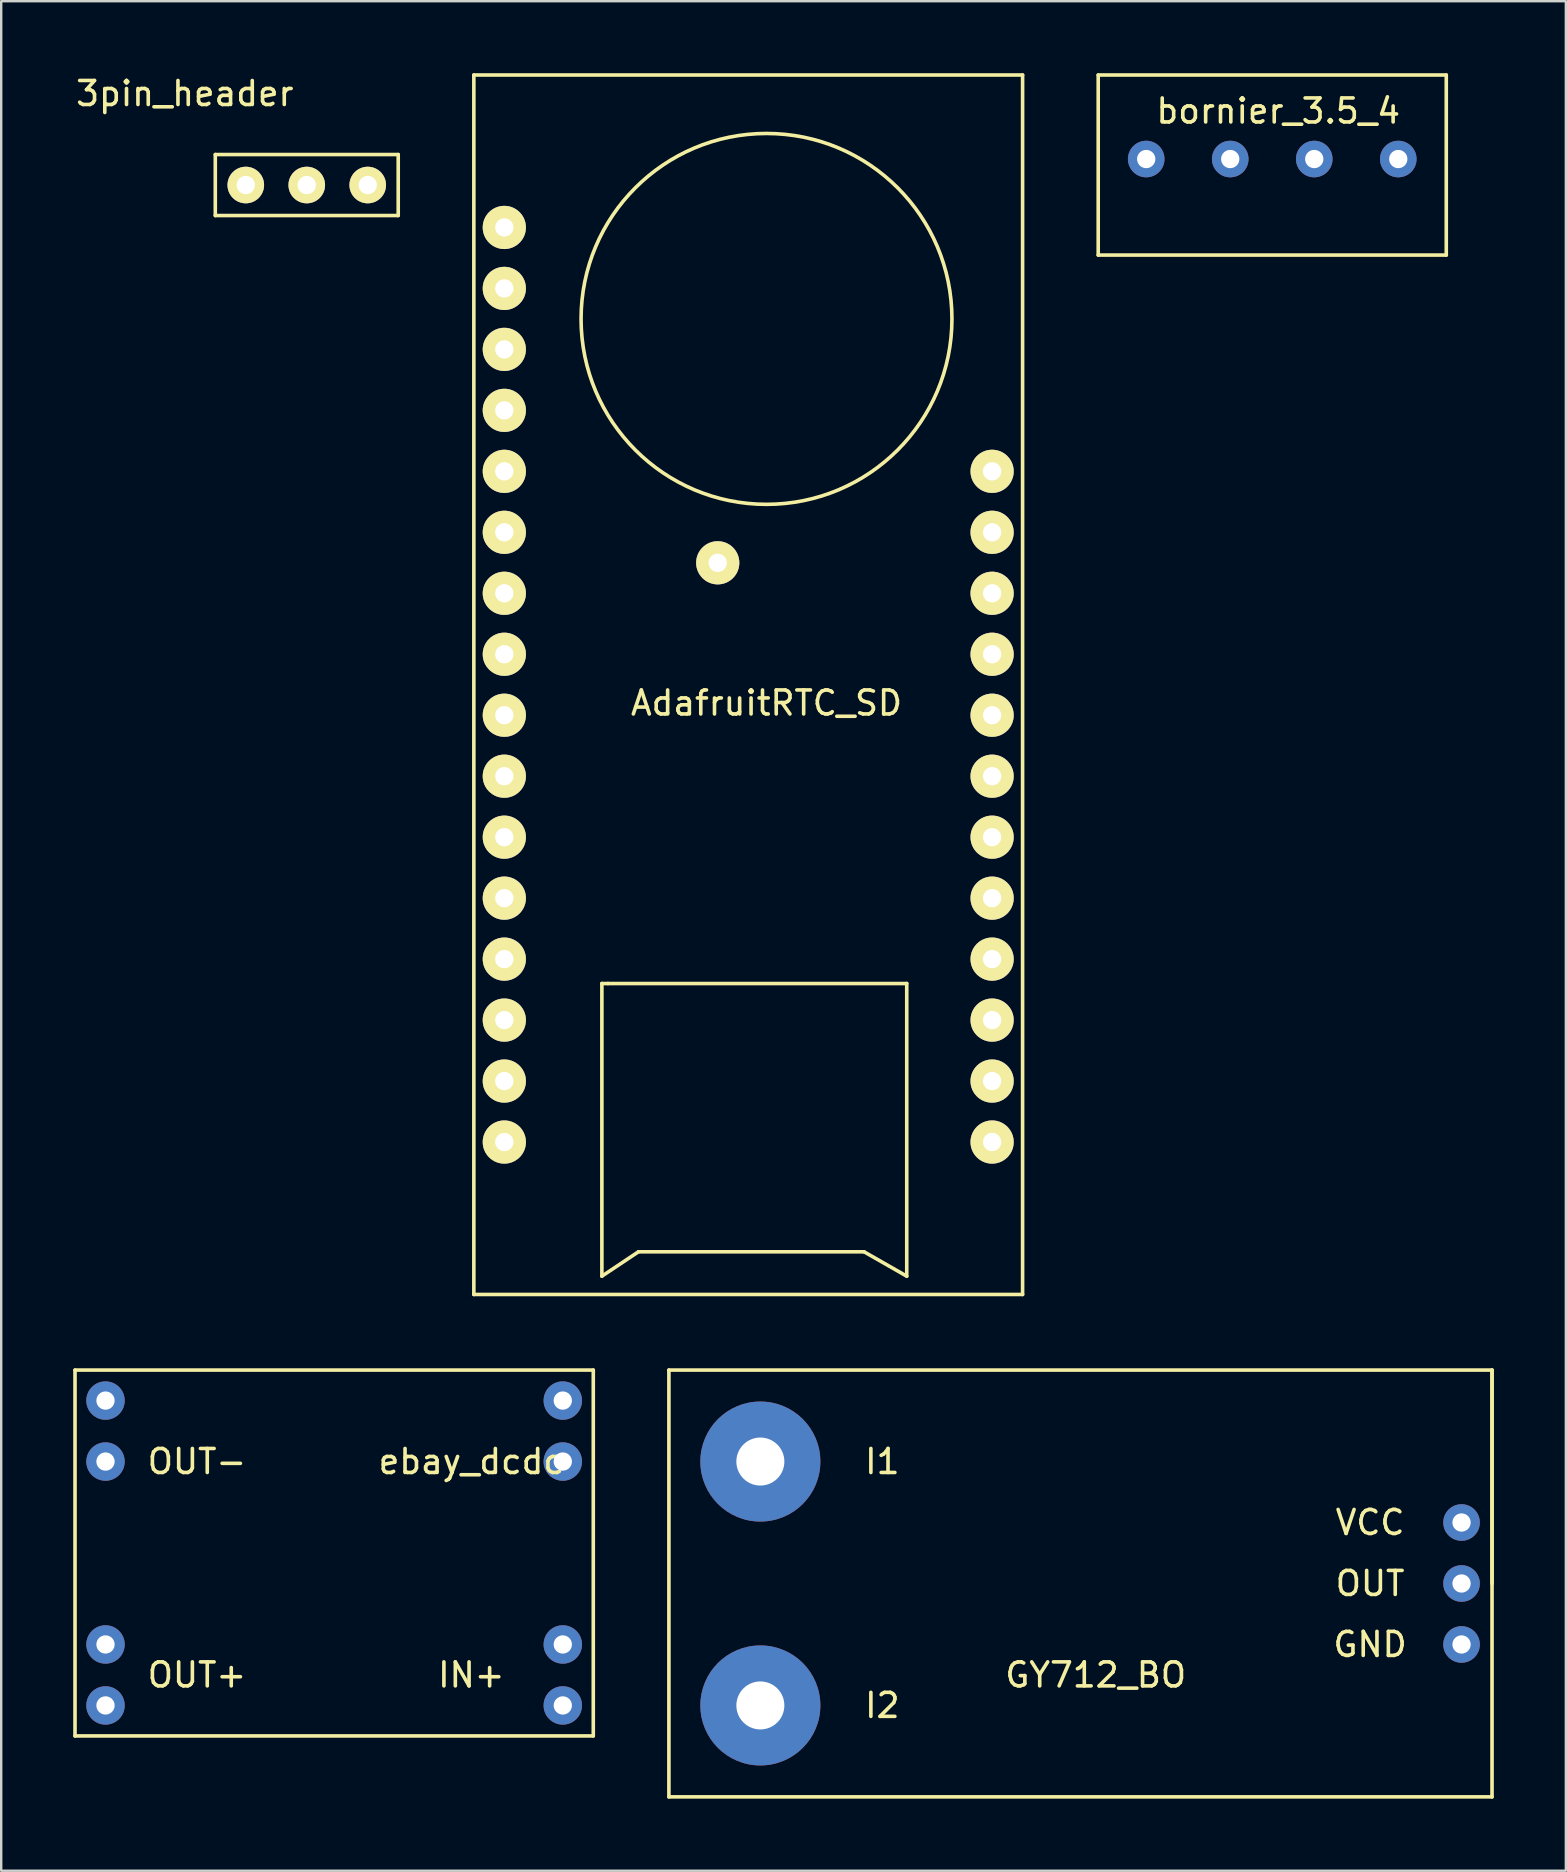
<source format=kicad_pcb>
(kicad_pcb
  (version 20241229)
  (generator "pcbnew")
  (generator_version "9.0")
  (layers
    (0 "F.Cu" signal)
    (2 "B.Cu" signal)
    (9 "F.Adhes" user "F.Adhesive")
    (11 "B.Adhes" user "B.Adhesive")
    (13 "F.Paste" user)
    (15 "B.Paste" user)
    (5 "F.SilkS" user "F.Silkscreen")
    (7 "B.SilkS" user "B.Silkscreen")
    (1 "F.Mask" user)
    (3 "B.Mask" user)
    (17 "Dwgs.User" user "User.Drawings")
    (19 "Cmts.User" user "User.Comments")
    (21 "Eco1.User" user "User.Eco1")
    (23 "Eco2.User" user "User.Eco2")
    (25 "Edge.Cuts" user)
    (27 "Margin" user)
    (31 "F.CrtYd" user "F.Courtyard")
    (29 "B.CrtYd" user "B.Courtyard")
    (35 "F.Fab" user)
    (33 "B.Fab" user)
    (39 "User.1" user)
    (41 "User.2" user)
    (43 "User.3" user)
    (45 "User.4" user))
  (footprint "bornier_3.5_4"
    (layer "F.Cu")
    (at 47.699 2.575)
    (property "Reference" "bornier_3.5_4" (at 2.5 -1 0) (layer "F.SilkS") (effects (font (size 1 1) (thickness 0.15))))
    (attr through_hole)
    (fp_line (start -5 -2.5) (end -5 5) (stroke (width 0.15) (type solid)) (layer "F.SilkS"))
    (fp_line (start -5 5) (end 9.5 5) (stroke (width 0.15) (type solid)) (layer "F.SilkS"))
    (fp_line (start 9.5 -2.5) (end -5 -2.5) (stroke (width 0.15) (type solid)) (layer "F.SilkS"))
    (fp_line (start 9.5 5) (end 9.5 -2.5) (stroke (width 0.15) (type solid)) (layer "F.SilkS"))
    (pad "1" thru_hole circle (at -3 1) (size 1.524 1.524) (drill 0.762) (layers "*.Cu" "*.Mask"))
    (pad "2" thru_hole circle (at 0.5 1) (size 1.524 1.524) (drill 0.762) (layers "*.Cu" "*.Mask"))
    (pad "3" thru_hole circle (at 4 1) (size 1.524 1.524) (drill 0.762) (layers "*.Cu" "*.Mask"))
    (pad "4" thru_hole circle (at 7.5 1) (size 1.524 1.524) (drill 0.762) (layers "*.Cu" "*.Mask")))
  (footprint "ebay_dcdc"
    (layer "F.Cu")
    (at 1.345 55.295)
    (property "Reference" "ebay_dcdc" (at 15.24 2.54 0) (layer "F.SilkS") (effects (font (size 1 1) (thickness 0.15))))
    (attr through_hole)
    (fp_line (start -1.27 -1.27) (end -1.27 13.97) (stroke (width 0.15) (type solid)) (layer "F.SilkS"))
    (fp_line (start -1.27 13.97) (end 20.32 13.97) (stroke (width 0.15) (type solid)) (layer "F.SilkS"))
    (fp_line (start 20.32 -1.27) (end -1.27 -1.27) (stroke (width 0.15) (type solid)) (layer "F.SilkS"))
    (fp_line (start 20.32 -1.27) (end 20.32 13.97) (stroke (width 0.15) (type solid)) (layer "F.SilkS"))
    (fp_text user "IN+" (at 15.24 11.43 0) (layer "F.SilkS") (effects (font (size 1 1) (thickness 0.15))))
    (fp_text user "OUT-" (at 3.81 2.54 0) (layer "F.SilkS") (effects (font (size 1 1) (thickness 0.15))))
    (fp_text user "OUT+" (at 3.81 11.43 0) (layer "F.SilkS") (effects (font (size 1 1) (thickness 0.15))))
    (pad "1" thru_hole circle (at 0 10.16) (size 1.6 1.6) (drill 0.762) (layers "*.Cu" "*.Mask"))
    (pad "2" thru_hole circle (at 0 12.7) (size 1.6 1.6) (drill 0.762) (layers "*.Cu" "*.Mask"))
    (pad "3" thru_hole circle (at 0 0) (size 1.6 1.6) (drill 0.762) (layers "*.Cu" "*.Mask"))
    (pad "4" thru_hole circle (at 0 2.54) (size 1.6 1.6) (drill 0.762) (layers "*.Cu" "*.Mask"))
    (pad "5" thru_hole circle (at 19.05 10.16) (size 1.6 1.6) (drill 0.762) (layers "*.Cu" "*.Mask"))
    (pad "6" thru_hole circle (at 19.05 12.7) (size 1.6 1.6) (drill 0.762) (layers "*.Cu" "*.Mask"))
    (pad "7" thru_hole circle (at 19.05 0) (size 1.6 1.6) (drill 0.762) (layers "*.Cu" "*.Mask"))
    (pad "8" thru_hole circle (at 19.05 2.54) (size 1.6 1.6) (drill 0.762) (layers "*.Cu" "*.Mask")))
  (footprint "AdafruitRTC_SD"
    (layer "F.Cu")
    (at 20.499 10.235)
    (property "Reference" "AdafruitRTC_SD" (at 8.382 16.002 0) (layer "F.SilkS") (effects (font (size 1 1) (thickness 0.15))))
    (attr through_hole)
    (fp_line (start -3.81 -10.16) (end 19.05 -10.16) (stroke (width 0.15) (type solid)) (layer "F.SilkS"))
    (fp_line (start -3.81 40.64) (end -3.81 -10.16) (stroke (width 0.15) (type solid)) (layer "F.SilkS"))
    (fp_line (start 1.524 27.686) (end 1.778 27.686) (stroke (width 0.15) (type solid)) (layer "F.SilkS"))
    (fp_line (start 1.524 39.878) (end 1.524 27.686) (stroke (width 0.15) (type solid)) (layer "F.SilkS"))
    (fp_line (start 1.778 27.686) (end 14.224 27.686) (stroke (width 0.15) (type solid)) (layer "F.SilkS"))
    (fp_line (start 3.048 38.862) (end 1.524 39.878) (stroke (width 0.15) (type solid)) (layer "F.SilkS"))
    (fp_line (start 12.446 38.862) (end 3.048 38.862) (stroke (width 0.15) (type solid)) (layer "F.SilkS"))
    (fp_line (start 14.224 27.686) (end 14.224 39.878) (stroke (width 0.15) (type solid)) (layer "F.SilkS"))
    (fp_line (start 14.224 39.878) (end 12.446 38.862) (stroke (width 0.15) (type solid)) (layer "F.SilkS"))
    (fp_line (start 19.05 -10.16) (end 19.05 40.64) (stroke (width 0.15) (type solid)) (layer "F.SilkS"))
    (fp_line (start 19.05 40.64) (end -3.81 40.64) (stroke (width 0.15) (type solid)) (layer "F.SilkS"))
    (fp_circle (center 8.382 0) (end 13.97 -5.334) (stroke (width 0.15) (type solid)) (fill no) (layer "F.SilkS"))
    (pad "1" thru_hole circle (at -2.54 -3.81) (size 1.8 1.8) (drill 0.762) (layers "*.Cu" "*.Mask" "F.SilkS"))
    (pad "2" thru_hole circle (at -2.54 -1.27) (size 1.8 1.8) (drill 0.762) (layers "*.Cu" "*.Mask" "F.SilkS"))
    (pad "3" thru_hole circle (at -2.54 1.27) (size 1.8 1.8) (drill 0.762) (layers "*.Cu" "*.Mask" "F.SilkS"))
    (pad "4" thru_hole circle (at -2.54 3.81) (size 1.8 1.8) (drill 0.762) (layers "*.Cu" "*.Mask" "F.SilkS"))
    (pad "5" thru_hole circle (at -2.54 6.35) (size 1.8 1.8) (drill 0.762) (layers "*.Cu" "*.Mask" "F.SilkS"))
    (pad "6" thru_hole circle (at -2.54 8.89) (size 1.8 1.8) (drill 0.762) (layers "*.Cu" "*.Mask" "F.SilkS"))
    (pad "7" thru_hole circle (at -2.54 11.43) (size 1.8 1.8) (drill 0.762) (layers "*.Cu" "*.Mask" "F.SilkS"))
    (pad "8" thru_hole circle (at -2.54 13.97) (size 1.8 1.8) (drill 0.762) (layers "*.Cu" "*.Mask" "F.SilkS"))
    (pad "9" thru_hole circle (at -2.54 16.51) (size 1.8 1.8) (drill 0.762) (layers "*.Cu" "*.Mask" "F.SilkS"))
    (pad "10" thru_hole circle (at -2.54 19.05) (size 1.8 1.8) (drill 0.762) (layers "*.Cu" "*.Mask" "F.SilkS"))
    (pad "11" thru_hole circle (at -2.54 21.59) (size 1.8 1.8) (drill 0.762) (layers "*.Cu" "*.Mask" "F.SilkS"))
    (pad "12" thru_hole circle (at -2.54 24.13) (size 1.8 1.8) (drill 0.762) (layers "*.Cu" "*.Mask" "F.SilkS"))
    (pad "13" thru_hole circle (at -2.54 26.67) (size 1.8 1.8) (drill 0.762) (layers "*.Cu" "*.Mask" "F.SilkS"))
    (pad "14" thru_hole circle (at -2.54 29.21) (size 1.8 1.8) (drill 0.762) (layers "*.Cu" "*.Mask" "F.SilkS"))
    (pad "15" thru_hole circle (at -2.54 31.75) (size 1.8 1.8) (drill 0.762) (layers "*.Cu" "*.Mask" "F.SilkS"))
    (pad "16" thru_hole circle (at -2.54 34.29) (size 1.8 1.8) (drill 0.762) (layers "*.Cu" "*.Mask" "F.SilkS"))
    (pad "17" thru_hole circle (at 17.78 34.29) (size 1.8 1.8) (drill 0.762) (layers "*.Cu" "*.Mask" "F.SilkS"))
    (pad "18" thru_hole circle (at 17.78 31.75) (size 1.8 1.8) (drill 0.762) (layers "*.Cu" "*.Mask" "F.SilkS"))
    (pad "19" thru_hole circle (at 17.78 29.21) (size 1.8 1.8) (drill 0.762) (layers "*.Cu" "*.Mask" "F.SilkS"))
    (pad "20" thru_hole circle (at 17.78 26.67) (size 1.8 1.8) (drill 0.762) (layers "*.Cu" "*.Mask" "F.SilkS"))
    (pad "21" thru_hole circle (at 17.78 24.13) (size 1.8 1.8) (drill 0.762) (layers "*.Cu" "*.Mask" "F.SilkS"))
    (pad "22" thru_hole circle (at 17.78 21.59) (size 1.8 1.8) (drill 0.762) (layers "*.Cu" "*.Mask" "F.SilkS"))
    (pad "23" thru_hole circle (at 17.78 19.05) (size 1.8 1.8) (drill 0.762) (layers "*.Cu" "*.Mask" "F.SilkS"))
    (pad "24" thru_hole circle (at 17.78 16.51) (size 1.8 1.8) (drill 0.762) (layers "*.Cu" "*.Mask" "F.SilkS"))
    (pad "25" thru_hole circle (at 17.78 13.97) (size 1.8 1.8) (drill 0.762) (layers "*.Cu" "*.Mask" "F.SilkS"))
    (pad "26" thru_hole circle (at 17.78 11.43) (size 1.8 1.8) (drill 0.762) (layers "*.Cu" "*.Mask" "F.SilkS"))
    (pad "27" thru_hole circle (at 17.78 8.89) (size 1.8 1.8) (drill 0.762) (layers "*.Cu" "*.Mask" "F.SilkS"))
    (pad "28" thru_hole circle (at 17.78 6.35) (size 1.8 1.8) (drill 0.762) (layers "*.Cu" "*.Mask" "F.SilkS"))
    (pad "29" thru_hole circle (at 6.35 10.16) (size 1.8 1.8) (drill 0.762) (layers "*.Cu" "*.Mask" "F.SilkS")))
  (footprint "3pin_header"
    (layer "F.Cu")
    (at 9.729 4.658)
    (property "Reference" "3pin_header" (at -5.08 -3.81 0) (layer "F.SilkS") (effects (font (size 1 1) (thickness 0.15))))
    (attr through_hole)
    (fp_line (start -3.81 -1.27) (end -3.81 1.27) (stroke (width 0.15) (type solid)) (layer "F.SilkS"))
    (fp_line (start -3.81 1.27) (end 3.81 1.27) (stroke (width 0.15) (type solid)) (layer "F.SilkS"))
    (fp_line (start 3.81 -1.27) (end -3.81 -1.27) (stroke (width 0.15) (type solid)) (layer "F.SilkS"))
    (fp_line (start 3.81 1.27) (end 3.81 -1.27) (stroke (width 0.15) (type solid)) (layer "F.SilkS"))
    (pad "1" thru_hole circle (at -2.54 0) (size 1.524 1.524) (drill 0.762) (layers "*.Cu" "*.Mask" "F.SilkS"))
    (pad "2" thru_hole circle (at 0 0) (size 1.524 1.524) (drill 0.762) (layers "*.Cu" "*.Mask" "F.SilkS"))
    (pad "3" thru_hole circle (at 2.54 0) (size 1.524 1.524) (drill 0.762) (layers "*.Cu" "*.Mask" "F.SilkS")))
  (footprint "GY712_BO"
    (layer "F.Cu")
    (at 51.485 62.915)
    (property "Reference" "GY712_BO" (at -8.89 3.81 0) (layer "F.SilkS") (effects (font (size 1 1) (thickness 0.15))))
    (attr through_hole)
    (fp_line (start -26.67 -8.89) (end 7.62 -8.89) (stroke (width 0.15) (type solid)) (layer "F.SilkS"))
    (fp_line (start -26.67 8.89) (end -26.67 -8.89) (stroke (width 0.15) (type solid)) (layer "F.SilkS"))
    (fp_line (start 7.62 -8.89) (end 7.62 8.89) (stroke (width 0.15) (type solid)) (layer "F.SilkS"))
    (fp_line (start 7.62 0) (end 7.62 -8.89) (stroke (width 0.15) (type solid)) (layer "F.SilkS"))
    (fp_line (start 7.62 8.89) (end -26.67 8.89) (stroke (width 0.15) (type solid)) (layer "F.SilkS"))
    (fp_text user "I2" (at -17.78 5.08 0) (layer "F.SilkS") (effects (font (size 1 1) (thickness 0.15))))
    (fp_text user "VCC" (at 2.54 -2.54 0) (layer "F.SilkS") (effects (font (size 1 1) (thickness 0.15))))
    (fp_text user "OUT" (at 2.54 0 0) (layer "F.SilkS") (effects (font (size 1 1) (thickness 0.15))))
    (fp_text user "I1" (at -17.78 -5.08 0) (layer "F.SilkS") (effects (font (size 1 1) (thickness 0.15))))
    (fp_text user "GND" (at 2.54 2.54 0) (layer "F.SilkS") (effects (font (size 1 1) (thickness 0.15))))
    (pad "1" thru_hole circle (at 6.35 -2.54) (size 1.524 1.524) (drill 0.762) (layers "*.Cu" "*.Mask"))
    (pad "2" thru_hole circle (at 6.35 0) (size 1.524 1.524) (drill 0.762) (layers "*.Cu" "*.Mask"))
    (pad "3" thru_hole circle (at 6.35 2.54) (size 1.524 1.524) (drill 0.762) (layers "*.Cu" "*.Mask"))
    (pad "4" thru_hole circle (at -22.86 -5.08) (size 5 5) (drill 2) (layers "*.Cu" "*.Mask"))
    (pad "5" thru_hole circle (at -22.86 5.08) (size 5 5) (drill 2) (layers "*.Cu" "*.Mask")))
  (gr_rect
    (start -3 -3)
    (end 62.18 74.88)
    (stroke (width 0.1) (type default))
    (fill no)
    (layer "Edge.Cuts")))
</source>
